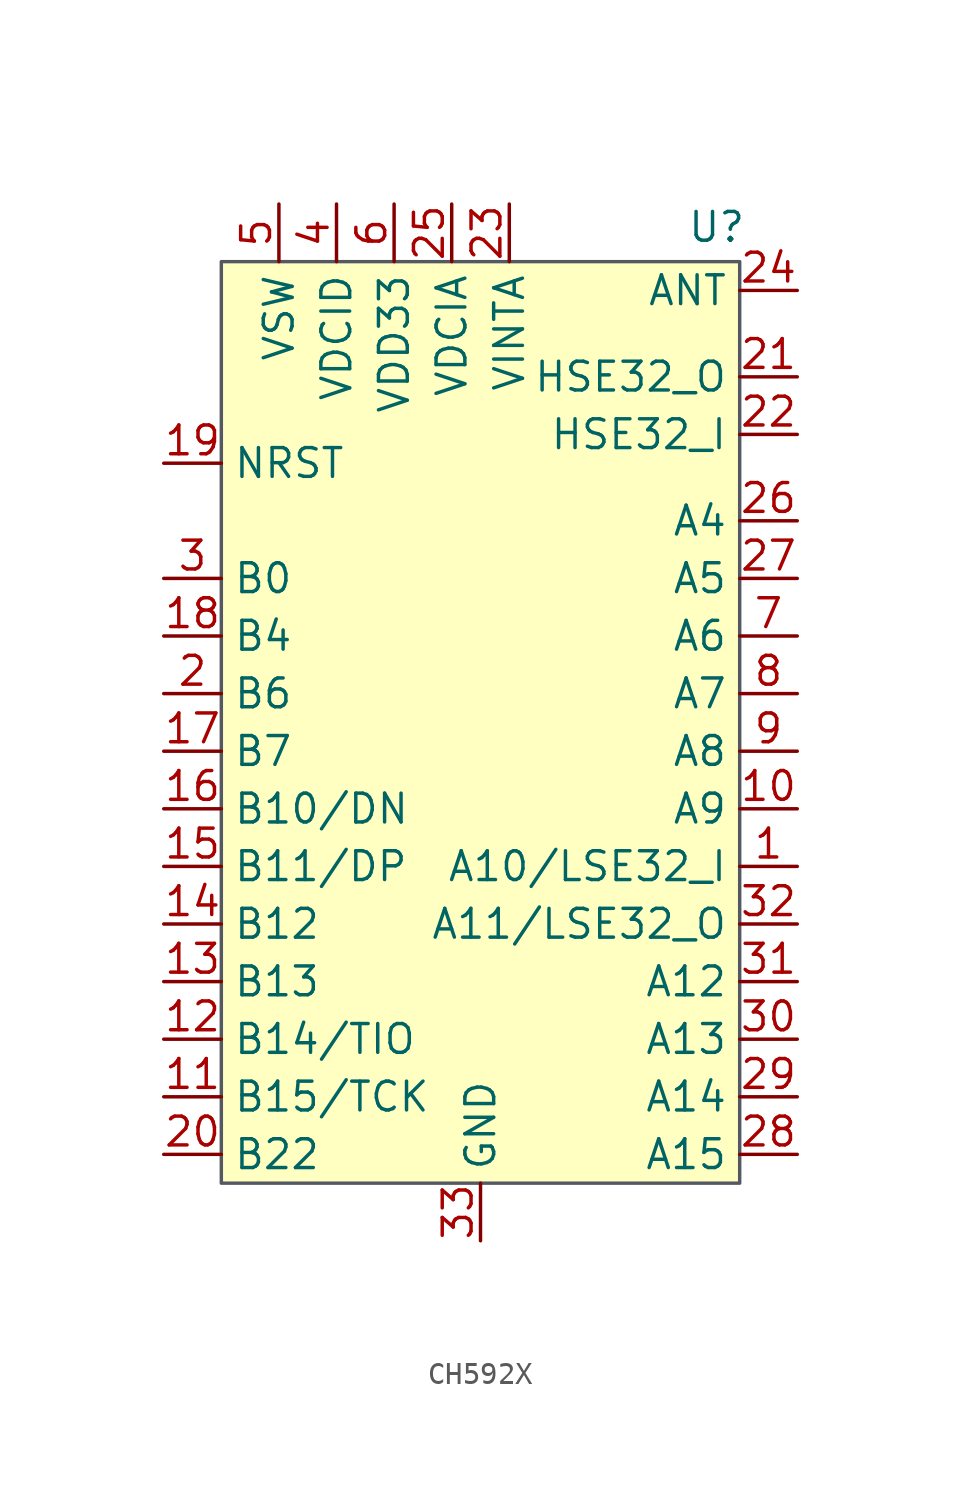
<source format=kicad_sym>
(kicad_symbol_lib
  (version 20231120)
  (generator "kicad_symbol_editor")
  (generator_version "8.0")
  (symbol "CH592X"
    (property "Reference" "U"
      (at 10.414 21.844 0)
      (effects (font (size 1.27 1.27))))
    (property "Value" ""
      (at 0 0 0)
      (effects (font (size 1.27 1.27))))
    (symbol "CH592X_1_1"
      (rectangle (start -11.43 20.32) (end 11.43 -20.32) (stroke (width 0) (type default) (color 84 88 98 1)) (fill (type background)))
      (pin bidirectional line (at 13.97 -6.35 180) (length 2.54) (name "A10/LSE32_I" (effects (font (size 1.27 1.27)))) (number "1" (effects (font (size 1.27 1.27)))))
      (pin bidirectional line (at 13.97 -3.81 180) (length 2.54) (name "A9" (effects (font (size 1.27 1.27)))) (number "10" (effects (font (size 1.27 1.27)))))
      (pin bidirectional line (at -13.97 -16.51 0) (length 2.54) (name "B15/TCK" (effects (font (size 1.27 1.27)))) (number "11" (effects (font (size 1.27 1.27)))))
      (pin bidirectional line (at -13.97 -13.97 0) (length 2.54) (name "B14/TIO" (effects (font (size 1.27 1.27)))) (number "12" (effects (font (size 1.27 1.27)))))
      (pin bidirectional line (at -13.97 -11.43 0) (length 2.54) (name "B13" (effects (font (size 1.27 1.27)))) (number "13" (effects (font (size 1.27 1.27)))))
      (pin bidirectional line (at -13.97 -8.89 0) (length 2.54) (name "B12" (effects (font (size 1.27 1.27)))) (number "14" (effects (font (size 1.27 1.27)))))
      (pin bidirectional line (at -13.97 -6.35 0) (length 2.54) (name "B11/DP" (effects (font (size 1.27 1.27)))) (number "15" (effects (font (size 1.27 1.27)))))
      (pin bidirectional line (at -13.97 -3.81 0) (length 2.54) (name "B10/DN" (effects (font (size 1.27 1.27)))) (number "16" (effects (font (size 1.27 1.27)))))
      (pin bidirectional line (at -13.97 -1.27 0) (length 2.54) (name "B7" (effects (font (size 1.27 1.27)))) (number "17" (effects (font (size 1.27 1.27)))))
      (pin bidirectional line (at -13.97 3.81 0) (length 2.54) (name "B4" (effects (font (size 1.27 1.27)))) (number "18" (effects (font (size 1.27 1.27)))))
      (pin bidirectional line (at -13.97 11.43 0) (length 2.54) (name "NRST" (effects (font (size 1.27 1.27)))) (number "19" (effects (font (size 1.27 1.27)))))
      (pin bidirectional line (at -13.97 1.27 0) (length 2.54) (name "B6" (effects (font (size 1.27 1.27)))) (number "2" (effects (font (size 1.27 1.27)))))
      (pin bidirectional line (at -13.97 -19.05 0) (length 2.54) (name "B22" (effects (font (size 1.27 1.27)))) (number "20" (effects (font (size 1.27 1.27)))))
      (pin bidirectional line (at 13.97 15.24 180) (length 2.54) (name "HSE32_O" (effects (font (size 1.27 1.27)))) (number "21" (effects (font (size 1.27 1.27)))))
      (pin bidirectional line (at 13.97 12.7 180) (length 2.54) (name "HSE32_I" (effects (font (size 1.27 1.27)))) (number "22" (effects (font (size 1.27 1.27)))))
      (pin power_in line (at 1.27 22.86 270) (length 2.54) (name "VINTA" (effects (font (size 1.27 1.27)))) (number "23" (effects (font (size 1.27 1.27)))))
      (pin bidirectional line (at 13.97 19.05 180) (length 2.54) (name "ANT" (effects (font (size 1.27 1.27)))) (number "24" (effects (font (size 1.27 1.27)))))
      (pin power_in line (at -1.27 22.86 270) (length 2.54) (name "VDCIA" (effects (font (size 1.27 1.27)))) (number "25" (effects (font (size 1.27 1.27)))))
      (pin bidirectional line (at 13.97 8.89 180) (length 2.54) (name "A4" (effects (font (size 1.27 1.27)))) (number "26" (effects (font (size 1.27 1.27)))))
      (pin bidirectional line (at 13.97 6.35 180) (length 2.54) (name "A5" (effects (font (size 1.27 1.27)))) (number "27" (effects (font (size 1.27 1.27)))))
      (pin bidirectional line (at 13.97 -19.05 180) (length 2.54) (name "A15" (effects (font (size 1.27 1.27)))) (number "28" (effects (font (size 1.27 1.27)))))
      (pin bidirectional line (at 13.97 -16.51 180) (length 2.54) (name "A14" (effects (font (size 1.27 1.27)))) (number "29" (effects (font (size 1.27 1.27)))))
      (pin bidirectional line (at -13.97 6.35 0) (length 2.54) (name "B0" (effects (font (size 1.27 1.27)))) (number "3" (effects (font (size 1.27 1.27)))))
      (pin bidirectional line (at 13.97 -13.97 180) (length 2.54) (name "A13" (effects (font (size 1.27 1.27)))) (number "30" (effects (font (size 1.27 1.27)))))
      (pin bidirectional line (at 13.97 -11.43 180) (length 2.54) (name "A12" (effects (font (size 1.27 1.27)))) (number "31" (effects (font (size 1.27 1.27)))))
      (pin bidirectional line (at 13.97 -8.89 180) (length 2.54) (name "A11/LSE32_O" (effects (font (size 1.27 1.27)))) (number "32" (effects (font (size 1.27 1.27)))))
      (pin power_in line (at 0 -22.86 90) (length 2.54) (name "GND" (effects (font (size 1.27 1.27)))) (number "33" (effects (font (size 1.27 1.27)))))
      (pin power_in line (at -6.35 22.86 270) (length 2.54) (name "VDCID" (effects (font (size 1.27 1.27)))) (number "4" (effects (font (size 1.27 1.27)))))
      (pin power_out line (at -8.89 22.86 270) (length 2.54) (name "VSW" (effects (font (size 1.27 1.27)))) (number "5" (effects (font (size 1.27 1.27)))))
      (pin power_in line (at -3.81 22.86 270) (length 2.54) (name "VDD33" (effects (font (size 1.27 1.27)))) (number "6" (effects (font (size 1.27 1.27)))))
      (pin bidirectional line (at 13.97 3.81 180) (length 2.54) (name "A6" (effects (font (size 1.27 1.27)))) (number "7" (effects (font (size 1.27 1.27)))))
      (pin bidirectional line (at 13.97 1.27 180) (length 2.54) (name "A7" (effects (font (size 1.27 1.27)))) (number "8" (effects (font (size 1.27 1.27)))))
      (pin bidirectional line (at 13.97 -1.27 180) (length 2.54) (name "A8" (effects (font (size 1.27 1.27)))) (number "9" (effects (font (size 1.27 1.27))))))))
</source>
